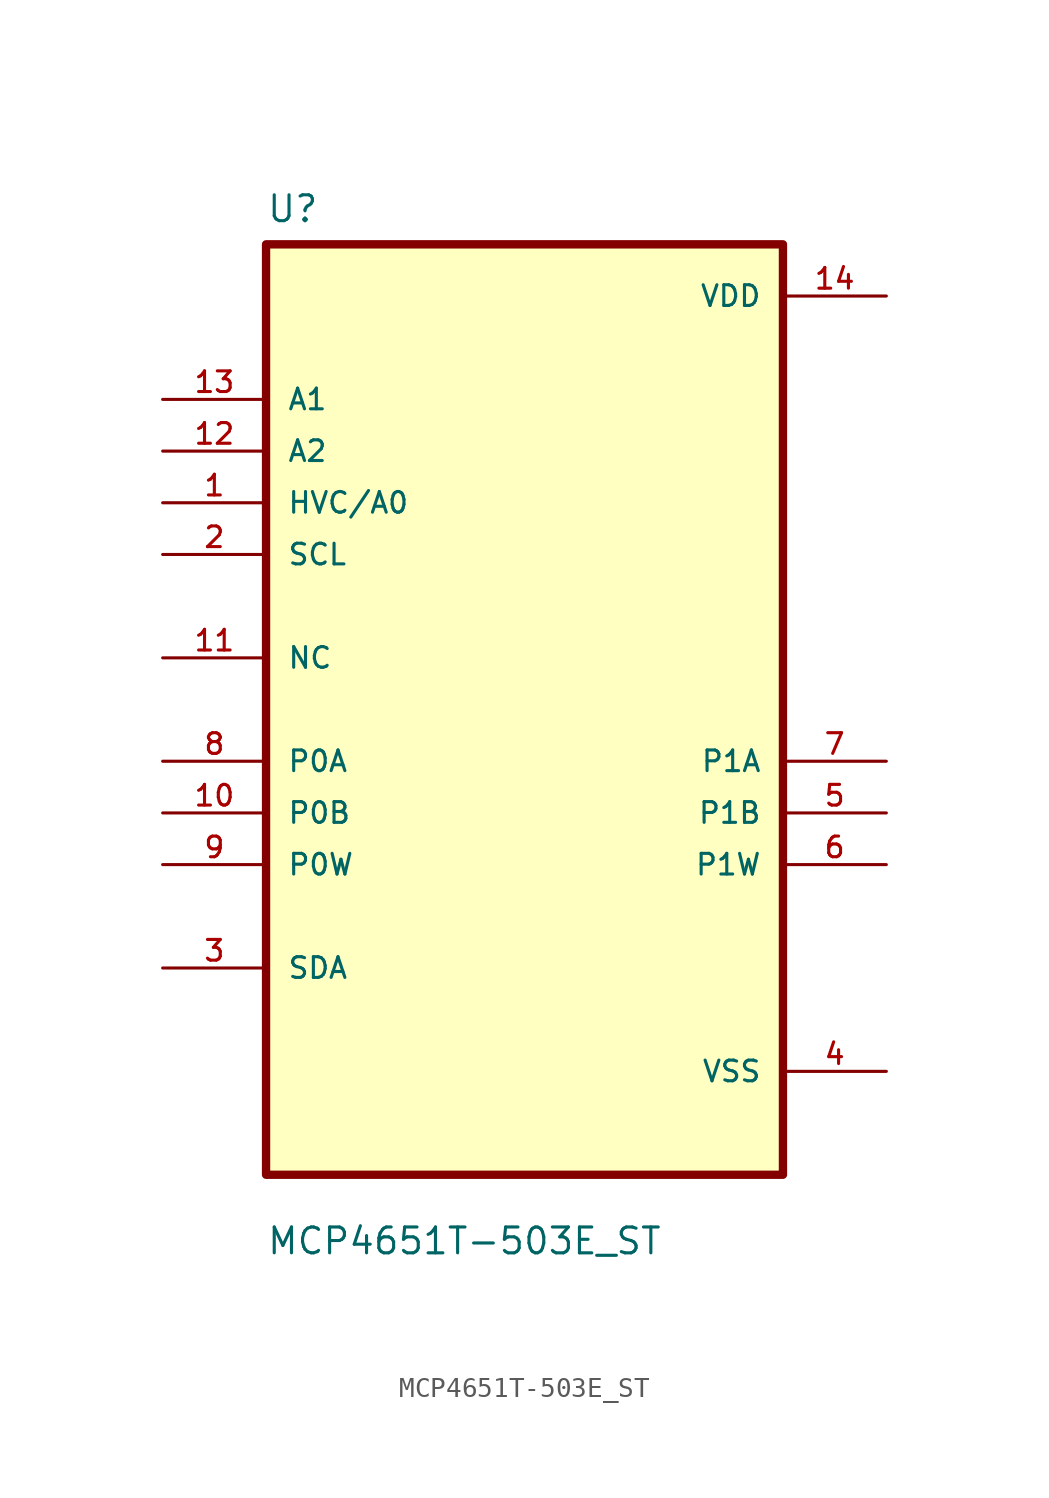
<source format=kicad_sym>
(kicad_symbol_lib
  (version 20211014)
  (generator kicad_symbol_editor)
  (symbol "MCP4651T-503E_ST"
    (pin_names
      (offset 1.016))
    (property "Reference" "U"
      (at -12.7 23.86 0.0)
      (effects (font (size 1.27 1.27)) (justify bottom left)))
    (property "Value" "MCP4651T-503E_ST"
      (at -12.7 -26.86 0.0)
      (effects (font (size 1.27 1.27)) (justify bottom left)))
    (symbol "MCP4651T-503E_ST_0_0"
      (rectangle (start -12.7 -22.86) (end 12.7 22.86) (stroke (width 0.41)) (fill (type background)))
      (pin input line (at -17.78 15.24 0) (length 5.08) (name "A1" (effects (font (size 1.016 1.016)))) (number "13" (effects (font (size 1.016 1.016)))))
      (pin input line (at -17.78 12.7 0) (length 5.08) (name "A2" (effects (font (size 1.016 1.016)))) (number "12" (effects (font (size 1.016 1.016)))))
      (pin input line (at -17.78 10.16 0) (length 5.08) (name "HVC/A0" (effects (font (size 1.016 1.016)))) (number "1" (effects (font (size 1.016 1.016)))))
      (pin input line (at -17.78 7.62 0) (length 5.08) (name "SCL" (effects (font (size 1.016 1.016)))) (number "2" (effects (font (size 1.016 1.016)))))
      (pin bidirectional line (at -17.78 2.54 0) (length 5.08) (name "NC" (effects (font (size 1.016 1.016)))) (number "11" (effects (font (size 1.016 1.016)))))
      (pin bidirectional line (at -17.78 -2.54 0) (length 5.08) (name "P0A" (effects (font (size 1.016 1.016)))) (number "8" (effects (font (size 1.016 1.016)))))
      (pin bidirectional line (at -17.78 -5.08 0) (length 5.08) (name "P0B" (effects (font (size 1.016 1.016)))) (number "10" (effects (font (size 1.016 1.016)))))
      (pin bidirectional line (at -17.78 -7.62 0) (length 5.08) (name "P0W" (effects (font (size 1.016 1.016)))) (number "9" (effects (font (size 1.016 1.016)))))
      (pin bidirectional line (at -17.78 -12.7 0) (length 5.08) (name "SDA" (effects (font (size 1.016 1.016)))) (number "3" (effects (font (size 1.016 1.016)))))
      (pin power_in line (at 17.78 20.32 180.0) (length 5.08) (name "VDD" (effects (font (size 1.016 1.016)))) (number "14" (effects (font (size 1.016 1.016)))))
      (pin bidirectional line (at 17.78 -2.54 180.0) (length 5.08) (name "P1A" (effects (font (size 1.016 1.016)))) (number "7" (effects (font (size 1.016 1.016)))))
      (pin bidirectional line (at 17.78 -5.08 180.0) (length 5.08) (name "P1B" (effects (font (size 1.016 1.016)))) (number "5" (effects (font (size 1.016 1.016)))))
      (pin bidirectional line (at 17.78 -7.62 180.0) (length 5.08) (name "P1W" (effects (font (size 1.016 1.016)))) (number "6" (effects (font (size 1.016 1.016)))))
      (pin power_in line (at 17.78 -17.78 180.0) (length 5.08) (name "VSS" (effects (font (size 1.016 1.016)))) (number "4" (effects (font (size 1.016 1.016))))))))
</source>
